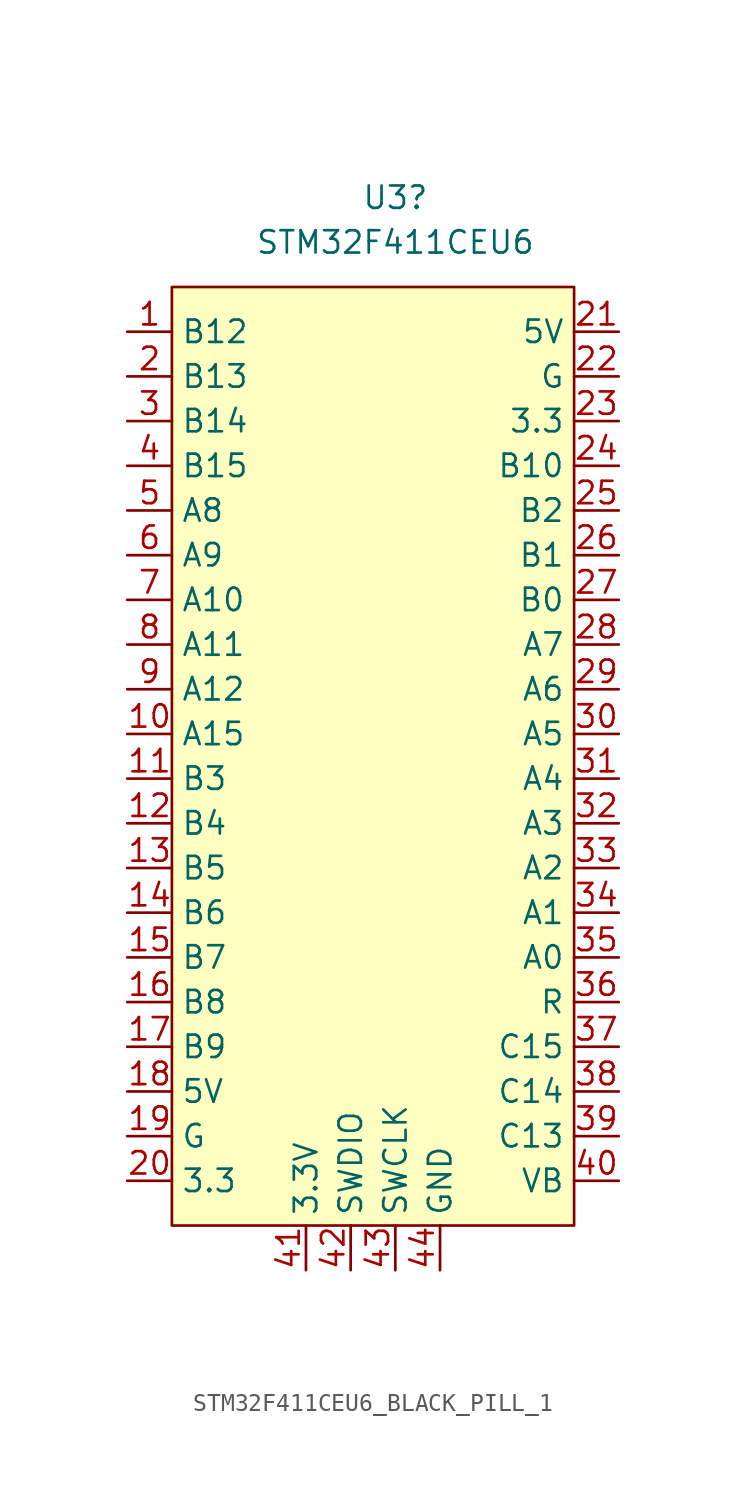
<source format=kicad_sym>
(kicad_symbol_lib
  (version 20220914)
  (generator kicad_symbol_editor)
  (symbol "STM32F411CEU6_BLACK_PILL_1"
    (property "Reference" "U3"
      (at 2.54 15.24 0)
      (effects (font (size 1.27 1.27))))
    (property "Value" "STM32F411CEU6"
      (at 2.54 12.7 0)
      (effects (font (size 1.27 1.27))))
    (symbol "STM32F411CEU6_BLACK_PILL_1_1_1"
      (rectangle (start -10.16 10.16) (end 12.7 -43.18) (stroke (width 0) (type default)) (fill (type background)))
      (pin bidirectional line (at -12.7 7.62 0) (length 2.54) (name "B12" (effects (font (size 1.27 1.27)))) (number "1" (effects (font (size 1.27 1.27)))))
      (pin bidirectional line (at -12.7 -15.24 0) (length 2.54) (name "A15" (effects (font (size 1.27 1.27)))) (number "10" (effects (font (size 1.27 1.27)))))
      (pin bidirectional line (at -12.7 -17.78 0) (length 2.54) (name "B3" (effects (font (size 1.27 1.27)))) (number "11" (effects (font (size 1.27 1.27)))))
      (pin bidirectional line (at -12.7 -20.32 0) (length 2.54) (name "B4" (effects (font (size 1.27 1.27)))) (number "12" (effects (font (size 1.27 1.27)))))
      (pin bidirectional line (at -12.7 -22.86 0) (length 2.54) (name "B5" (effects (font (size 1.27 1.27)))) (number "13" (effects (font (size 1.27 1.27)))))
      (pin bidirectional line (at -12.7 -25.4 0) (length 2.54) (name "B6" (effects (font (size 1.27 1.27)))) (number "14" (effects (font (size 1.27 1.27)))))
      (pin bidirectional line (at -12.7 -27.94 0) (length 2.54) (name "B7" (effects (font (size 1.27 1.27)))) (number "15" (effects (font (size 1.27 1.27)))))
      (pin bidirectional line (at -12.7 -30.48 0) (length 2.54) (name "B8" (effects (font (size 1.27 1.27)))) (number "16" (effects (font (size 1.27 1.27)))))
      (pin bidirectional line (at -12.7 -33.02 0) (length 2.54) (name "B9" (effects (font (size 1.27 1.27)))) (number "17" (effects (font (size 1.27 1.27)))))
      (pin power_in line (at -12.7 -35.56 0) (length 2.54) (name "5V" (effects (font (size 1.27 1.27)))) (number "18" (effects (font (size 1.27 1.27)))))
      (pin power_in line (at -12.7 -38.1 0) (length 2.54) (name "G" (effects (font (size 1.27 1.27)))) (number "19" (effects (font (size 1.27 1.27)))))
      (pin bidirectional line (at -12.7 5.08 0) (length 2.54) (name "B13" (effects (font (size 1.27 1.27)))) (number "2" (effects (font (size 1.27 1.27)))))
      (pin power_out line (at -12.7 -40.64 0) (length 2.54) (name "3.3" (effects (font (size 1.27 1.27)))) (number "20" (effects (font (size 1.27 1.27)))))
      (pin power_in line (at 15.24 7.62 180) (length 2.54) (name "5V" (effects (font (size 1.27 1.27)))) (number "21" (effects (font (size 1.27 1.27)))))
      (pin power_in line (at 15.24 5.08 180) (length 2.54) (name "G" (effects (font (size 1.27 1.27)))) (number "22" (effects (font (size 1.27 1.27)))))
      (pin power_out line (at 15.24 2.54 180) (length 2.54) (name "3.3" (effects (font (size 1.27 1.27)))) (number "23" (effects (font (size 1.27 1.27)))))
      (pin bidirectional line (at 15.24 0 180) (length 2.54) (name "B10" (effects (font (size 1.27 1.27)))) (number "24" (effects (font (size 1.27 1.27)))))
      (pin bidirectional line (at 15.24 -2.54 180) (length 2.54) (name "B2" (effects (font (size 1.27 1.27)))) (number "25" (effects (font (size 1.27 1.27)))))
      (pin bidirectional line (at 15.24 -5.08 180) (length 2.54) (name "B1" (effects (font (size 1.27 1.27)))) (number "26" (effects (font (size 1.27 1.27)))))
      (pin bidirectional line (at 15.24 -7.62 180) (length 2.54) (name "B0" (effects (font (size 1.27 1.27)))) (number "27" (effects (font (size 1.27 1.27)))))
      (pin bidirectional line (at 15.24 -10.16 180) (length 2.54) (name "A7" (effects (font (size 1.27 1.27)))) (number "28" (effects (font (size 1.27 1.27)))))
      (pin bidirectional line (at 15.24 -12.7 180) (length 2.54) (name "A6" (effects (font (size 1.27 1.27)))) (number "29" (effects (font (size 1.27 1.27)))))
      (pin bidirectional line (at -12.7 2.54 0) (length 2.54) (name "B14" (effects (font (size 1.27 1.27)))) (number "3" (effects (font (size 1.27 1.27)))))
      (pin bidirectional line (at 15.24 -15.24 180) (length 2.54) (name "A5" (effects (font (size 1.27 1.27)))) (number "30" (effects (font (size 1.27 1.27)))))
      (pin bidirectional line (at 15.24 -17.78 180) (length 2.54) (name "A4" (effects (font (size 1.27 1.27)))) (number "31" (effects (font (size 1.27 1.27)))))
      (pin bidirectional line (at 15.24 -20.32 180) (length 2.54) (name "A3" (effects (font (size 1.27 1.27)))) (number "32" (effects (font (size 1.27 1.27)))))
      (pin bidirectional line (at 15.24 -22.86 180) (length 2.54) (name "A2" (effects (font (size 1.27 1.27)))) (number "33" (effects (font (size 1.27 1.27)))))
      (pin bidirectional line (at 15.24 -25.4 180) (length 2.54) (name "A1" (effects (font (size 1.27 1.27)))) (number "34" (effects (font (size 1.27 1.27)))))
      (pin bidirectional line (at 15.24 -27.94 180) (length 2.54) (name "A0" (effects (font (size 1.27 1.27)))) (number "35" (effects (font (size 1.27 1.27)))))
      (pin bidirectional line (at 15.24 -30.48 180) (length 2.54) (name "R" (effects (font (size 1.27 1.27)))) (number "36" (effects (font (size 1.27 1.27)))))
      (pin bidirectional line (at 15.24 -33.02 180) (length 2.54) (name "C15" (effects (font (size 1.27 1.27)))) (number "37" (effects (font (size 1.27 1.27)))))
      (pin bidirectional line (at 15.24 -35.56 180) (length 2.54) (name "C14" (effects (font (size 1.27 1.27)))) (number "38" (effects (font (size 1.27 1.27)))))
      (pin bidirectional line (at 15.24 -38.1 180) (length 2.54) (name "C13" (effects (font (size 1.27 1.27)))) (number "39" (effects (font (size 1.27 1.27)))))
      (pin bidirectional line (at -12.7 0 0) (length 2.54) (name "B15" (effects (font (size 1.27 1.27)))) (number "4" (effects (font (size 1.27 1.27)))))
      (pin bidirectional line (at 15.24 -40.64 180) (length 2.54) (name "VB" (effects (font (size 1.27 1.27)))) (number "40" (effects (font (size 1.27 1.27)))))
      (pin bidirectional line (at -2.54 -45.72 90) (length 2.54) (name "3.3V" (effects (font (size 1.27 1.27)))) (number "41" (effects (font (size 1.27 1.27)))))
      (pin bidirectional line (at 0 -45.72 90) (length 2.54) (name "SWDIO" (effects (font (size 1.27 1.27)))) (number "42" (effects (font (size 1.27 1.27)))))
      (pin bidirectional line (at 2.54 -45.72 90) (length 2.54) (name "SWCLK" (effects (font (size 1.27 1.27)))) (number "43" (effects (font (size 1.27 1.27)))))
      (pin power_in line (at 5.08 -45.72 90) (length 2.54) (name "GND" (effects (font (size 1.27 1.27)))) (number "44" (effects (font (size 1.27 1.27)))))
      (pin bidirectional line (at -12.7 -2.54 0) (length 2.54) (name "A8" (effects (font (size 1.27 1.27)))) (number "5" (effects (font (size 1.27 1.27)))))
      (pin bidirectional line (at -12.7 -5.08 0) (length 2.54) (name "A9" (effects (font (size 1.27 1.27)))) (number "6" (effects (font (size 1.27 1.27)))))
      (pin bidirectional line (at -12.7 -7.62 0) (length 2.54) (name "A10" (effects (font (size 1.27 1.27)))) (number "7" (effects (font (size 1.27 1.27)))))
      (pin bidirectional line (at -12.7 -10.16 0) (length 2.54) (name "A11" (effects (font (size 1.27 1.27)))) (number "8" (effects (font (size 1.27 1.27)))))
      (pin bidirectional line (at -12.7 -12.7 0) (length 2.54) (name "A12" (effects (font (size 1.27 1.27)))) (number "9" (effects (font (size 1.27 1.27))))))))
</source>
